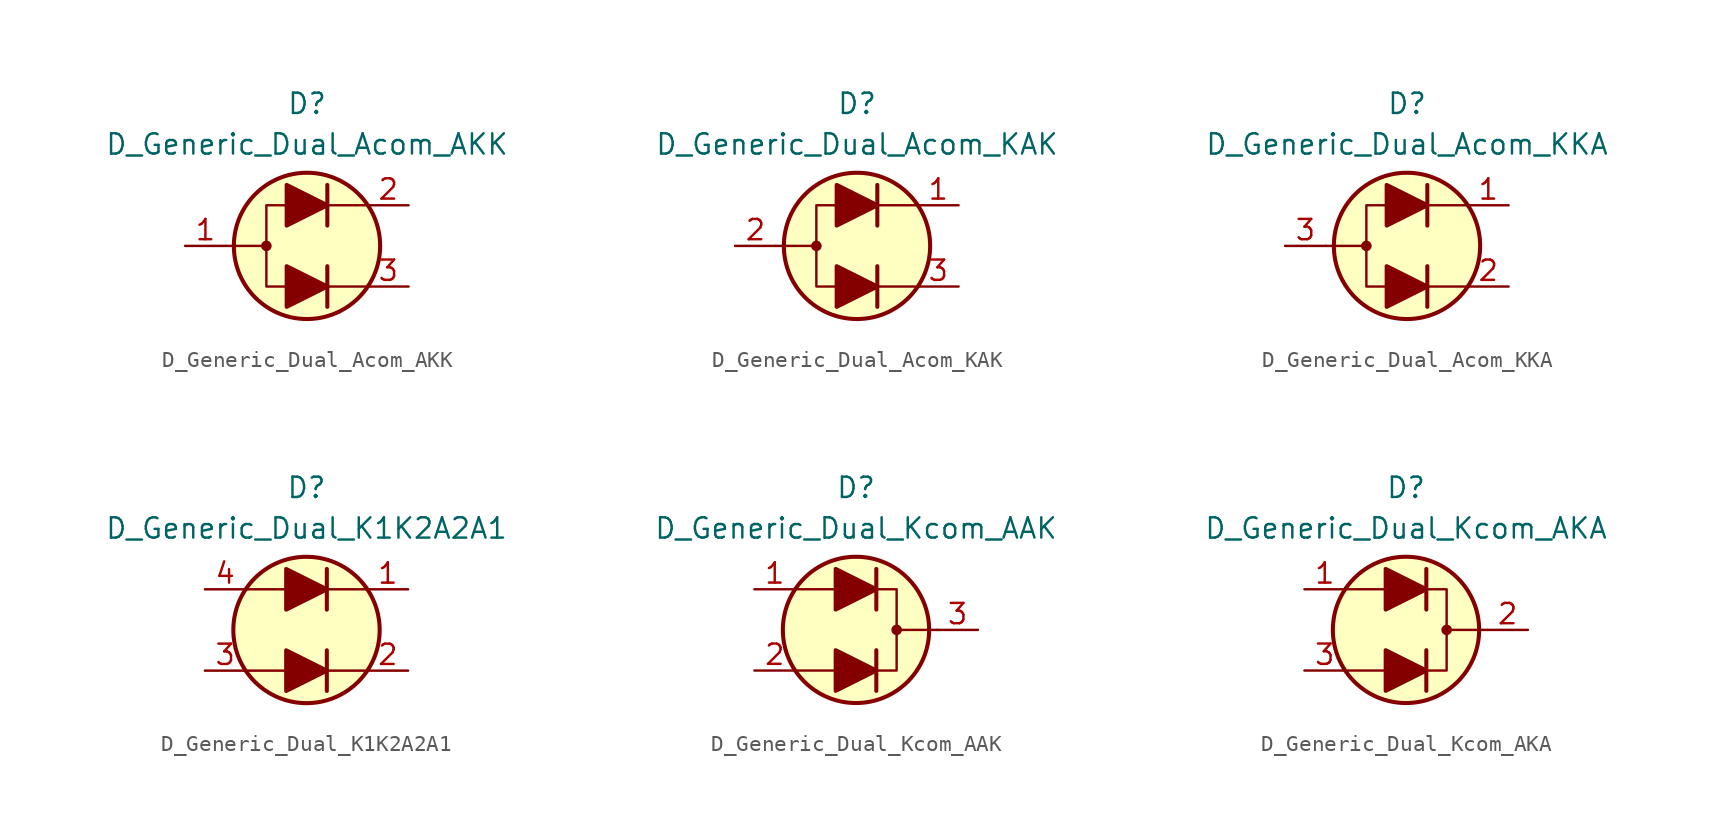
<source format=kicad_sym>
(kicad_symbol_lib
  (version 20211014)
  (generator kicad_symbol_editor)
  (symbol "D_Generic_Dual_Acom_AKK"
    (pin_names
      (offset 1.016) hide)
    (property "Reference" "D"
      (at 0 8.89 0)
      (effects (font (size 1.27 1.27))))
    (property "Value" "D_Generic_Dual_Acom_AKK"
      (at 0 6.35 0)
      (effects (font (size 1.27 1.27))))
    (symbol "D_Generic_Dual_Acom_AKK_0_1"
      (circle (center -2.54 0) (radius 0.254) (stroke (width 0) (type default) (color 0 0 0 0)) (fill (type outline)))
      (polyline (pts (xy -5.08 0) (xy -2.54 0)) (stroke (width 0) (type default) (color 0 0 0 0)) (fill (type none)))
      (polyline (pts (xy 1.27 -2.54) (xy 3.81 -2.54)) (stroke (width 0) (type default) (color 0 0 0 0)) (fill (type none)))
      (polyline (pts (xy 1.27 -1.27) (xy 1.27 -3.81)) (stroke (width 0.254) (type default) (color 0 0 0 0)) (fill (type none)))
      (polyline (pts (xy 1.27 2.54) (xy 3.81 2.54)) (stroke (width 0) (type default) (color 0 0 0 0)) (fill (type none)))
      (polyline (pts (xy 1.27 3.81) (xy 1.27 1.27)) (stroke (width 0.254) (type default) (color 0 0 0 0)) (fill (type none)))
      (polyline (pts (xy -1.27 -2.54) (xy -2.54 -2.54) (xy -2.54 2.54) (xy -1.27 2.54)) (stroke (width 0) (type default) (color 0 0 0 0)) (fill (type none)))
      (circle (center 0 0) (radius 4.572) (stroke (width 0.254) (type default) (color 0 0 0 0)) (fill (type background))))
    (symbol "D_Generic_Dual_Acom_AKK_1_1"
      (polyline (pts (xy -1.27 -2.54) (xy 1.27 -2.54)) (stroke (width 0) (type default) (color 0 0 0 0)) (fill (type none)))
      (polyline (pts (xy -1.27 2.54) (xy 1.27 2.54)) (stroke (width 0) (type default) (color 0 0 0 0)) (fill (type none)))
      (polyline (pts (xy -1.27 -1.27) (xy -1.27 -3.81) (xy 1.27 -2.54) (xy -1.27 -1.27)) (stroke (width 0.254) (type default) (color 0 0 0 0)) (fill (type outline)))
      (polyline (pts (xy -1.27 3.81) (xy -1.27 1.27) (xy 1.27 2.54) (xy -1.27 3.81)) (stroke (width 0.254) (type default) (color 0 0 0 0)) (fill (type outline)))
      (pin passive line (at -7.62 0 0) (length 2.54) (name "A" (effects (font (size 1.27 1.27)))) (number "1" (effects (font (size 1.27 1.27)))))
      (pin passive line (at 6.35 2.54 180) (length 2.54) (name "K1" (effects (font (size 1.27 1.27)))) (number "2" (effects (font (size 1.27 1.27)))))
      (pin passive line (at 6.35 -2.54 180) (length 2.54) (name "K2" (effects (font (size 1.27 1.27)))) (number "3" (effects (font (size 1.27 1.27)))))))
  (symbol "D_Generic_Dual_Acom_KAK"
    (pin_names
      (offset 1.016) hide)
    (property "Reference" "D"
      (at 0 8.89 0)
      (effects (font (size 1.27 1.27))))
    (property "Value" "D_Generic_Dual_Acom_KAK"
      (at 0 6.35 0)
      (effects (font (size 1.27 1.27))))
    (symbol "D_Generic_Dual_Acom_KAK_0_1"
      (circle (center -2.54 0) (radius 0.254) (stroke (width 0) (type default) (color 0 0 0 0)) (fill (type outline)))
      (polyline (pts (xy -5.08 0) (xy -2.54 0)) (stroke (width 0) (type default) (color 0 0 0 0)) (fill (type none)))
      (polyline (pts (xy 1.27 -2.54) (xy 3.81 -2.54)) (stroke (width 0) (type default) (color 0 0 0 0)) (fill (type none)))
      (polyline (pts (xy 1.27 -1.27) (xy 1.27 -3.81)) (stroke (width 0.254) (type default) (color 0 0 0 0)) (fill (type none)))
      (polyline (pts (xy 1.27 2.54) (xy 3.81 2.54)) (stroke (width 0) (type default) (color 0 0 0 0)) (fill (type none)))
      (polyline (pts (xy 1.27 3.81) (xy 1.27 1.27)) (stroke (width 0.254) (type default) (color 0 0 0 0)) (fill (type none)))
      (polyline (pts (xy -1.27 -2.54) (xy -2.54 -2.54) (xy -2.54 2.54) (xy -1.27 2.54)) (stroke (width 0) (type default) (color 0 0 0 0)) (fill (type none)))
      (circle (center 0 0) (radius 4.572) (stroke (width 0.254) (type default) (color 0 0 0 0)) (fill (type background))))
    (symbol "D_Generic_Dual_Acom_KAK_1_1"
      (polyline (pts (xy -1.27 -2.54) (xy 1.27 -2.54)) (stroke (width 0) (type default) (color 0 0 0 0)) (fill (type none)))
      (polyline (pts (xy -1.27 2.54) (xy 1.27 2.54)) (stroke (width 0) (type default) (color 0 0 0 0)) (fill (type none)))
      (polyline (pts (xy -1.27 -1.27) (xy -1.27 -3.81) (xy 1.27 -2.54) (xy -1.27 -1.27)) (stroke (width 0.254) (type default) (color 0 0 0 0)) (fill (type outline)))
      (polyline (pts (xy -1.27 3.81) (xy -1.27 1.27) (xy 1.27 2.54) (xy -1.27 3.81)) (stroke (width 0.254) (type default) (color 0 0 0 0)) (fill (type outline)))
      (pin passive line (at 6.35 2.54 180) (length 2.54) (name "K1" (effects (font (size 1.27 1.27)))) (number "1" (effects (font (size 1.27 1.27)))))
      (pin passive line (at -7.62 0 0) (length 2.54) (name "A" (effects (font (size 1.27 1.27)))) (number "2" (effects (font (size 1.27 1.27)))))
      (pin passive line (at 6.35 -2.54 180) (length 2.54) (name "K2" (effects (font (size 1.27 1.27)))) (number "3" (effects (font (size 1.27 1.27)))))))
  (symbol "D_Generic_Dual_Acom_KKA"
    (pin_names
      (offset 1.016) hide)
    (property "Reference" "D"
      (at 0 8.89 0)
      (effects (font (size 1.27 1.27))))
    (property "Value" "D_Generic_Dual_Acom_KKA"
      (at 0 6.35 0)
      (effects (font (size 1.27 1.27))))
    (symbol "D_Generic_Dual_Acom_KKA_0_1"
      (circle (center -2.54 0) (radius 0.254) (stroke (width 0) (type default) (color 0 0 0 0)) (fill (type outline)))
      (polyline (pts (xy -5.08 0) (xy -2.54 0)) (stroke (width 0) (type default) (color 0 0 0 0)) (fill (type none)))
      (polyline (pts (xy 1.27 -2.54) (xy 3.81 -2.54)) (stroke (width 0) (type default) (color 0 0 0 0)) (fill (type none)))
      (polyline (pts (xy 1.27 -1.27) (xy 1.27 -3.81)) (stroke (width 0.254) (type default) (color 0 0 0 0)) (fill (type none)))
      (polyline (pts (xy 1.27 2.54) (xy 3.81 2.54)) (stroke (width 0) (type default) (color 0 0 0 0)) (fill (type none)))
      (polyline (pts (xy 1.27 3.81) (xy 1.27 1.27)) (stroke (width 0.254) (type default) (color 0 0 0 0)) (fill (type none)))
      (polyline (pts (xy -1.27 -2.54) (xy -2.54 -2.54) (xy -2.54 2.54) (xy -1.27 2.54)) (stroke (width 0) (type default) (color 0 0 0 0)) (fill (type none)))
      (circle (center 0 0) (radius 4.572) (stroke (width 0.254) (type default) (color 0 0 0 0)) (fill (type background))))
    (symbol "D_Generic_Dual_Acom_KKA_1_1"
      (polyline (pts (xy -1.27 -2.54) (xy 1.27 -2.54)) (stroke (width 0) (type default) (color 0 0 0 0)) (fill (type none)))
      (polyline (pts (xy -1.27 2.54) (xy 1.27 2.54)) (stroke (width 0) (type default) (color 0 0 0 0)) (fill (type none)))
      (polyline (pts (xy -1.27 -1.27) (xy -1.27 -3.81) (xy 1.27 -2.54) (xy -1.27 -1.27)) (stroke (width 0.254) (type default) (color 0 0 0 0)) (fill (type outline)))
      (polyline (pts (xy -1.27 3.81) (xy -1.27 1.27) (xy 1.27 2.54) (xy -1.27 3.81)) (stroke (width 0.254) (type default) (color 0 0 0 0)) (fill (type outline)))
      (pin passive line (at 6.35 2.54 180) (length 2.54) (name "K1" (effects (font (size 1.27 1.27)))) (number "1" (effects (font (size 1.27 1.27)))))
      (pin passive line (at 6.35 -2.54 180) (length 2.54) (name "K2" (effects (font (size 1.27 1.27)))) (number "2" (effects (font (size 1.27 1.27)))))
      (pin passive line (at -7.62 0 0) (length 2.54) (name "A" (effects (font (size 1.27 1.27)))) (number "3" (effects (font (size 1.27 1.27)))))))
  (symbol "D_Generic_Dual_K1K2A2A1"
    (pin_names
      (offset 1.016) hide)
    (property "Reference" "D"
      (at 0 8.89 0)
      (effects (font (size 1.27 1.27))))
    (property "Value" "D_Generic_Dual_K1K2A2A1"
      (at 0 6.35 0)
      (effects (font (size 1.27 1.27))))
    (symbol "D_Generic_Dual_K1K2A2A1_0_1"
      (polyline (pts (xy -3.81 -2.54) (xy -1.27 -2.54)) (stroke (width 0) (type default) (color 0 0 0 0)) (fill (type none)))
      (polyline (pts (xy -3.81 2.54) (xy -1.27 2.54)) (stroke (width 0) (type default) (color 0 0 0 0)) (fill (type none)))
      (polyline (pts (xy 1.27 -2.54) (xy 3.81 -2.54)) (stroke (width 0) (type default) (color 0 0 0 0)) (fill (type none)))
      (polyline (pts (xy 1.27 -1.27) (xy 1.27 -3.81)) (stroke (width 0.254) (type default) (color 0 0 0 0)) (fill (type none)))
      (polyline (pts (xy 1.27 2.54) (xy 3.81 2.54)) (stroke (width 0) (type default) (color 0 0 0 0)) (fill (type none)))
      (polyline (pts (xy 1.27 3.81) (xy 1.27 1.27)) (stroke (width 0.254) (type default) (color 0 0 0 0)) (fill (type none)))
      (circle (center 0 0) (radius 4.572) (stroke (width 0.254) (type default) (color 0 0 0 0)) (fill (type background))))
    (symbol "D_Generic_Dual_K1K2A2A1_1_1"
      (polyline (pts (xy -1.27 -2.54) (xy 1.27 -2.54)) (stroke (width 0) (type default) (color 0 0 0 0)) (fill (type none)))
      (polyline (pts (xy -1.27 2.54) (xy 1.27 2.54)) (stroke (width 0) (type default) (color 0 0 0 0)) (fill (type none)))
      (polyline (pts (xy -1.27 -1.27) (xy -1.27 -3.81) (xy 1.27 -2.54) (xy -1.27 -1.27)) (stroke (width 0.254) (type default) (color 0 0 0 0)) (fill (type outline)))
      (polyline (pts (xy -1.27 3.81) (xy -1.27 1.27) (xy 1.27 2.54) (xy -1.27 3.81)) (stroke (width 0.254) (type default) (color 0 0 0 0)) (fill (type outline)))
      (pin passive line (at 6.35 2.54 180) (length 2.54) (name "K1" (effects (font (size 1.27 1.27)))) (number "1" (effects (font (size 1.27 1.27)))))
      (pin passive line (at 6.35 -2.54 180) (length 2.54) (name "K2" (effects (font (size 1.27 1.27)))) (number "2" (effects (font (size 1.27 1.27)))))
      (pin passive line (at -6.35 -2.54 0) (length 2.54) (name "A2" (effects (font (size 1.27 1.27)))) (number "3" (effects (font (size 1.27 1.27)))))
      (pin passive line (at -6.35 2.54 0) (length 2.54) (name "A1" (effects (font (size 1.27 1.27)))) (number "4" (effects (font (size 1.27 1.27)))))))
  (symbol "D_Generic_Dual_Kcom_AAK"
    (pin_names
      (offset 1.016) hide)
    (property "Reference" "D"
      (at 0 8.89 0)
      (effects (font (size 1.27 1.27))))
    (property "Value" "D_Generic_Dual_Kcom_AAK"
      (at 0 6.35 0)
      (effects (font (size 1.27 1.27))))
    (symbol "D_Generic_Dual_Kcom_AAK_0_1"
      (polyline (pts (xy -1.27 -2.54) (xy -3.81 -2.54)) (stroke (width 0) (type default) (color 0 0 0 0)) (fill (type none)))
      (polyline (pts (xy -1.27 2.54) (xy -3.81 2.54)) (stroke (width 0) (type default) (color 0 0 0 0)) (fill (type none)))
      (polyline (pts (xy 1.27 -3.81) (xy 1.27 -1.27)) (stroke (width 0.254) (type default) (color 0 0 0 0)) (fill (type none)))
      (polyline (pts (xy 1.27 1.27) (xy 1.27 3.81)) (stroke (width 0.254) (type default) (color 0 0 0 0)) (fill (type none)))
      (polyline (pts (xy 5.08 0) (xy 2.54 0)) (stroke (width 0) (type default) (color 0 0 0 0)) (fill (type none)))
      (polyline (pts (xy 1.27 -2.54) (xy 2.54 -2.54) (xy 2.54 2.54) (xy 1.27 2.54)) (stroke (width 0) (type default) (color 0 0 0 0)) (fill (type none)))
      (circle (center 0 0) (radius 4.572) (stroke (width 0.254) (type default) (color 0 0 0 0)) (fill (type background)))
      (circle (center 2.54 0) (radius 0.254) (stroke (width 0) (type default) (color 0 0 0 0)) (fill (type outline))))
    (symbol "D_Generic_Dual_Kcom_AAK_1_1"
      (polyline (pts (xy -1.27 -2.54) (xy 1.27 -2.54)) (stroke (width 0) (type default) (color 0 0 0 0)) (fill (type none)))
      (polyline (pts (xy -1.27 2.54) (xy 1.27 2.54)) (stroke (width 0) (type default) (color 0 0 0 0)) (fill (type none)))
      (polyline (pts (xy -1.27 -3.81) (xy -1.27 -1.27) (xy 1.27 -2.54) (xy -1.27 -3.81)) (stroke (width 0.254) (type default) (color 0 0 0 0)) (fill (type outline)))
      (polyline (pts (xy -1.27 1.27) (xy -1.27 3.81) (xy 1.27 2.54) (xy -1.27 1.27)) (stroke (width 0.254) (type default) (color 0 0 0 0)) (fill (type outline)))
      (pin passive line (at -6.35 2.54 0) (length 2.54) (name "A2" (effects (font (size 1.27 1.27)))) (number "1" (effects (font (size 1.27 1.27)))))
      (pin passive line (at -6.35 -2.54 0) (length 2.54) (name "A1" (effects (font (size 1.27 1.27)))) (number "2" (effects (font (size 1.27 1.27)))))
      (pin passive line (at 7.62 0 180) (length 2.54) (name "K" (effects (font (size 1.27 1.27)))) (number "3" (effects (font (size 1.27 1.27)))))))
  (symbol "D_Generic_Dual_Kcom_AKA"
    (pin_names
      (offset 1.016) hide)
    (property "Reference" "D"
      (at 0 8.89 0)
      (effects (font (size 1.27 1.27))))
    (property "Value" "D_Generic_Dual_Kcom_AKA"
      (at 0 6.35 0)
      (effects (font (size 1.27 1.27))))
    (symbol "D_Generic_Dual_Kcom_AKA_0_1"
      (polyline (pts (xy -1.27 -2.54) (xy -3.81 -2.54)) (stroke (width 0) (type default) (color 0 0 0 0)) (fill (type none)))
      (polyline (pts (xy -1.27 2.54) (xy -3.81 2.54)) (stroke (width 0) (type default) (color 0 0 0 0)) (fill (type none)))
      (polyline (pts (xy 1.27 -3.81) (xy 1.27 -1.27)) (stroke (width 0.254) (type default) (color 0 0 0 0)) (fill (type none)))
      (polyline (pts (xy 1.27 1.27) (xy 1.27 3.81)) (stroke (width 0.254) (type default) (color 0 0 0 0)) (fill (type none)))
      (polyline (pts (xy 5.08 0) (xy 2.54 0)) (stroke (width 0) (type default) (color 0 0 0 0)) (fill (type none)))
      (polyline (pts (xy 1.27 -2.54) (xy 2.54 -2.54) (xy 2.54 2.54) (xy 1.27 2.54)) (stroke (width 0) (type default) (color 0 0 0 0)) (fill (type none)))
      (circle (center 0 0) (radius 4.572) (stroke (width 0.254) (type default) (color 0 0 0 0)) (fill (type background)))
      (circle (center 2.54 0) (radius 0.254) (stroke (width 0) (type default) (color 0 0 0 0)) (fill (type outline))))
    (symbol "D_Generic_Dual_Kcom_AKA_1_1"
      (polyline (pts (xy -1.27 -2.54) (xy 1.27 -2.54)) (stroke (width 0) (type default) (color 0 0 0 0)) (fill (type none)))
      (polyline (pts (xy -1.27 2.54) (xy 1.27 2.54)) (stroke (width 0) (type default) (color 0 0 0 0)) (fill (type none)))
      (polyline (pts (xy -1.27 -3.81) (xy -1.27 -1.27) (xy 1.27 -2.54) (xy -1.27 -3.81)) (stroke (width 0.254) (type default) (color 0 0 0 0)) (fill (type outline)))
      (polyline (pts (xy -1.27 1.27) (xy -1.27 3.81) (xy 1.27 2.54) (xy -1.27 1.27)) (stroke (width 0.254) (type default) (color 0 0 0 0)) (fill (type outline)))
      (pin passive line (at -6.35 2.54 0) (length 2.54) (name "A2" (effects (font (size 1.27 1.27)))) (number "1" (effects (font (size 1.27 1.27)))))
      (pin passive line (at 7.62 0 180) (length 2.54) (name "K" (effects (font (size 1.27 1.27)))) (number "2" (effects (font (size 1.27 1.27)))))
      (pin passive line (at -6.35 -2.54 0) (length 2.54) (name "A1" (effects (font (size 1.27 1.27)))) (number "3" (effects (font (size 1.27 1.27))))))))
</source>
